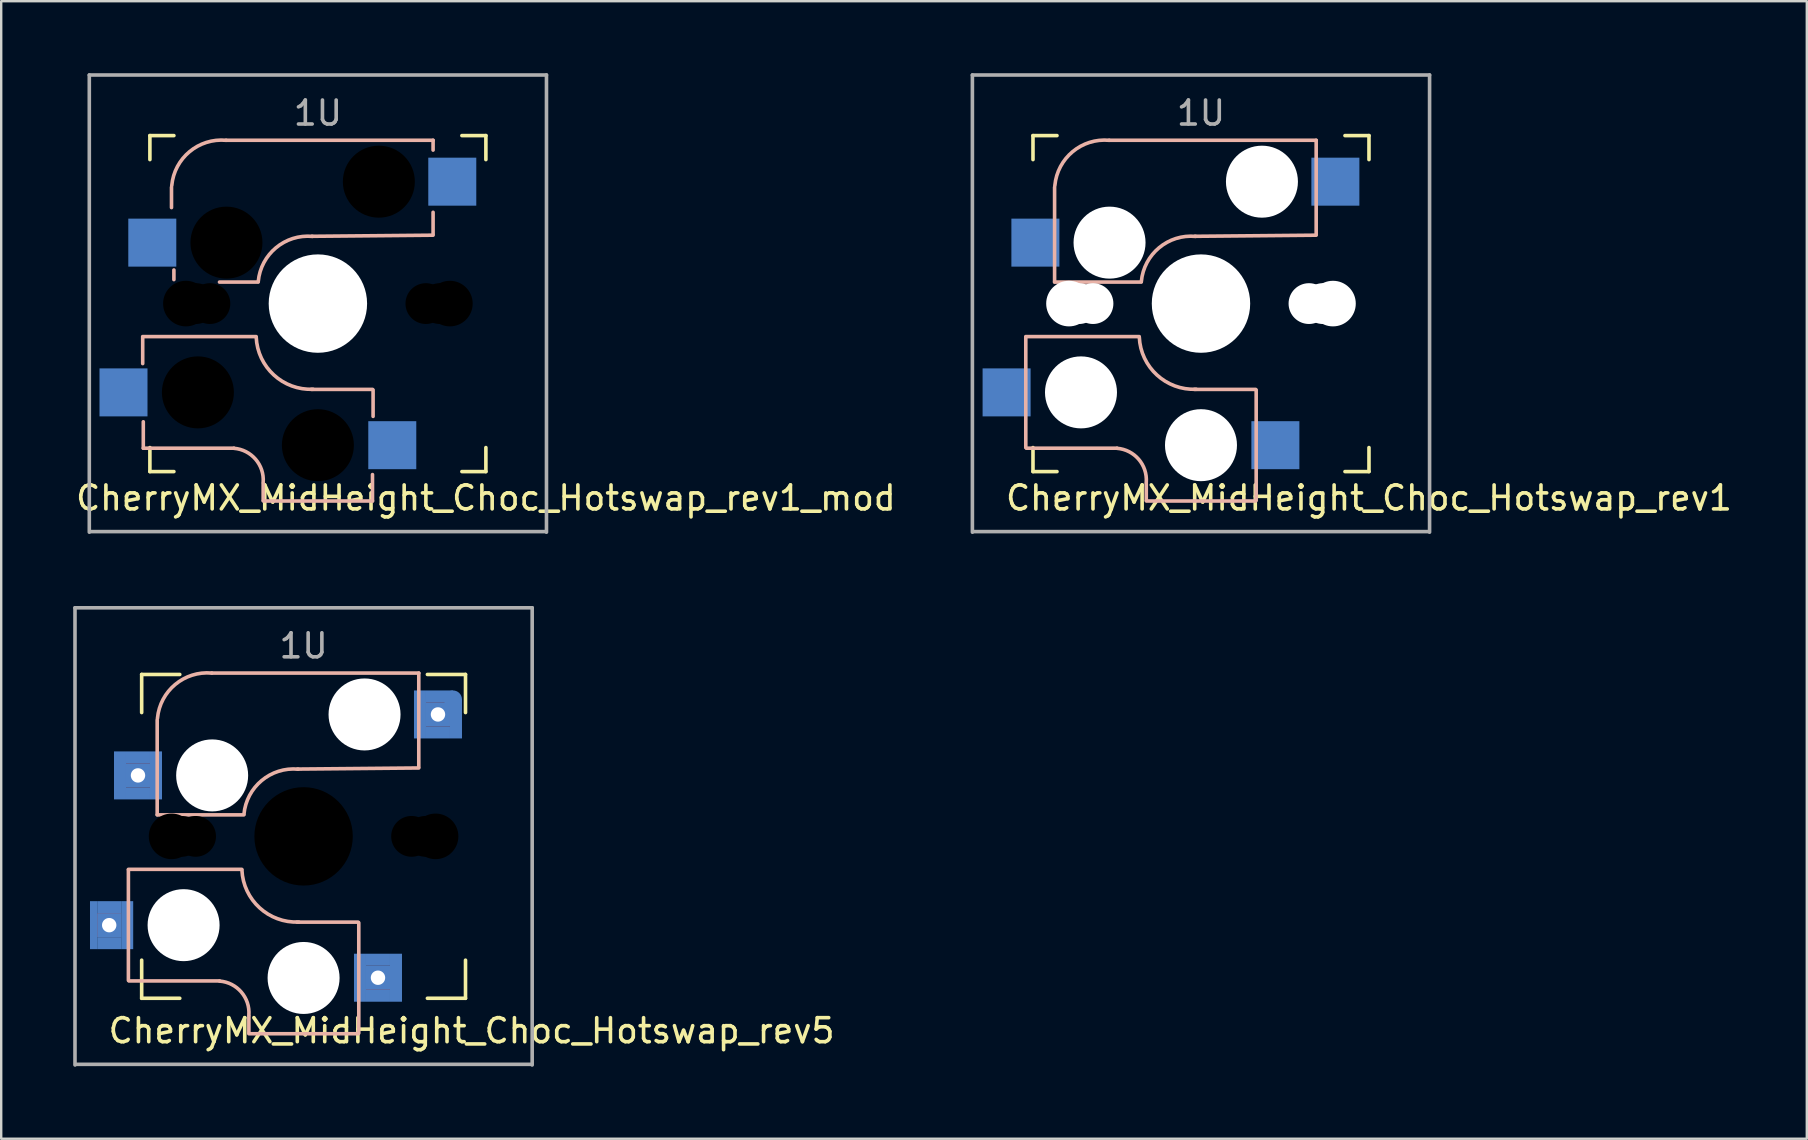
<source format=kicad_pcb>
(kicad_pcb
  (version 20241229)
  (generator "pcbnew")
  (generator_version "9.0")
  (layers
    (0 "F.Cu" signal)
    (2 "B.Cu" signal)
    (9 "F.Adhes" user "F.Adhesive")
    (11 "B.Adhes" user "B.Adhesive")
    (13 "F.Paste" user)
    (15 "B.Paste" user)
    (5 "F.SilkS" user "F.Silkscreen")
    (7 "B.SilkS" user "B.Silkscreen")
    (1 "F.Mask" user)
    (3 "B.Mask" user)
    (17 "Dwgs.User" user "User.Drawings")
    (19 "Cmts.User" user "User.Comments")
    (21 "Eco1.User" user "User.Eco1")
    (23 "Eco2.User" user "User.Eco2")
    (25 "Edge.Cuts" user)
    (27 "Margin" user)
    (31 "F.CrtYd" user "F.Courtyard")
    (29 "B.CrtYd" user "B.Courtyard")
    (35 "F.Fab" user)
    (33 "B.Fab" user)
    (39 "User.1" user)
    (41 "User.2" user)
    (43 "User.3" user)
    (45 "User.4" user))
  (footprint "CherryMX_MidHeight_Choc_Hotswap_rev1"
    (layer "F.Cu")
    (at 46.993 9.6)
    (property "Reference" "CherryMX_MidHeight_Choc_Hotswap_rev1" (at 7 8.1 0) (layer "F.SilkS") (effects (font (size 1 1) (thickness 0.15))))
    (attr through_hole)
    (fp_line (start -7 -7) (end -7 -6) (stroke (width 0.15) (type solid)) (layer "F.SilkS"))
    (fp_line (start -7 -7) (end -6 -7) (stroke (width 0.15) (type solid)) (layer "F.SilkS"))
    (fp_line (start -7 6) (end -7 7) (stroke (width 0.15) (type solid)) (layer "F.SilkS"))
    (fp_line (start -7 7) (end -6 7) (stroke (width 0.15) (type solid)) (layer "F.SilkS"))
    (fp_line (start 6 -7) (end 7 -7) (stroke (width 0.15) (type solid)) (layer "F.SilkS"))
    (fp_line (start 6 7) (end 7 7) (stroke (width 0.15) (type solid)) (layer "F.SilkS"))
    (fp_line (start 7 -7) (end 7 -6) (stroke (width 0.15) (type solid)) (layer "F.SilkS"))
    (fp_line (start 7 7) (end 7 6) (stroke (width 0.15) (type solid)) (layer "F.SilkS"))
    (fp_line (start -7.3 1.4) (end -7.3 6) (stroke (width 0.15) (type solid)) (layer "B.SilkS"))
    (fp_line (start -6.1 -4.85) (end -6.1 -0.905) (stroke (width 0.15) (type solid)) (layer "B.SilkS"))
    (fp_line (start -6.1 -0.896) (end -2.49 -0.896) (stroke (width 0.15) (type solid)) (layer "B.SilkS"))
    (fp_line (start -3.5 6.025) (end -7.275 6.025) (stroke (width 0.15) (type solid)) (layer "B.SilkS"))
    (fp_line (start -2.575 1.375) (end -7.3 1.375) (stroke (width 0.15) (type solid)) (layer "B.SilkS"))
    (fp_line (start -2.28 7.5) (end -2.28 8.2) (stroke (width 0.15) (type solid)) (layer "B.SilkS"))
    (fp_line (start 2.275 3.575) (end -0.275 3.575) (stroke (width 0.15) (type solid)) (layer "B.SilkS"))
    (fp_line (start 2.275 8.225) (end -2.275 8.225) (stroke (width 0.15) (type solid)) (layer "B.SilkS"))
    (fp_line (start 2.3 3.6) (end 2.3 8.2) (stroke (width 0.15) (type solid)) (layer "B.SilkS"))
    (fp_line (start 4.8 -6.804) (end -3.825 -6.804) (stroke (width 0.15) (type solid)) (layer "B.SilkS"))
    (fp_line (start 4.8 -2.896) (end 4.8 -6.804) (stroke (width 0.15) (type solid)) (layer "B.SilkS"))
    (fp_line (start 4.8 -2.85) (end -0.25 -2.804) (stroke (width 0.15) (type solid)) (layer "B.SilkS"))
    (fp_arc (start -6.089 -4.92) (mid -5.347189 -6.33089) (end -3.825 -6.804) (stroke (width 0.15) (type solid)) (layer "B.SilkS"))
    (fp_arc (start -3.5 6.03) (mid -2.595908 6.48733) (end -2.28 7.45) (stroke (width 0.15) (type solid)) (layer "B.SilkS"))
    (fp_arc (start -2.485 -0.92) (mid -1.744361 -2.328061) (end -0.225 -2.8) (stroke (width 0.15) (type solid)) (layer "B.SilkS"))
    (fp_arc (start -0.2 3.57) (mid -1.834422 2.975843) (end -2.57 1.4) (stroke (width 0.15) (type solid)) (layer "B.SilkS"))
    (fp_line (start -9.525 -9.525) (end 9.525 -9.525) (stroke (width 0.15) (type solid)) (layer "F.Fab"))
    (fp_line (start -9.525 9.525) (end -9.525 -9.525) (stroke (width 0.15) (type solid)) (layer "F.Fab"))
    (fp_line (start 9.5 9.5) (end -9.5 9.5) (stroke (width 0.15) (type solid)) (layer "F.Fab"))
    (fp_line (start 9.525 -9.525) (end 9.525 9.525) (stroke (width 0.15) (type solid)) (layer "F.Fab"))
    (fp_text user "1U" (at 0 -7.938 0) (layer "F.Fab") (effects (font (size 1 1) (thickness 0.15))))
    (pad "" np_thru_hole circle (at -5.5 0 90) (size 1.9 1.9) (drill 1.9) (layers "*.Cu" "*.Mask"))
    (pad "" np_thru_hole circle (at -5.08 0) (size 1.7 1.7) (drill 1.7) (layers "*.Cu" "*.Mask"))
    (pad "" np_thru_hole circle (at -5 3.7 90) (size 3 3) (drill 3) (layers "*.Cu" "*.Mask"))
    (pad "" np_thru_hole circle (at -4.5 0) (size 1.7 1.7) (drill 1.7) (layers "*.Cu" "*.Mask"))
    (pad "" np_thru_hole circle (at -3.81 -2.54 180) (size 3 3) (drill 3) (layers "*.Cu" "*.Mask"))
    (pad "" np_thru_hole circle (at 0 0 90) (size 4.1 4.1) (drill 4.1) (layers "*.Cu" "*.Mask"))
    (pad "" np_thru_hole circle (at 0 5.9 90) (size 3 3) (drill 3) (layers "*.Cu" "*.Mask"))
    (pad "" np_thru_hole circle (at 2.54 -5.08 180) (size 3 3) (drill 3) (layers "*.Cu" "*.Mask"))
    (pad "" np_thru_hole circle (at 4.5 0) (size 1.7 1.7) (drill 1.7) (layers "*.Cu" "*.Mask"))
    (pad "" np_thru_hole circle (at 5.08 0) (size 1.7 1.7) (drill 1.7) (layers "*.Cu" "*.Mask"))
    (pad "" np_thru_hole circle (at 5.5 0 90) (size 1.9 1.9) (drill 1.9) (layers "*.Cu" "*.Mask"))
    (pad "1" smd rect (at -8.1 3.7 180) (size 2 2) (layers "B.Cu" "B.Mask" "B.Paste"))
    (pad "1" smd rect (at -6.9 -2.54 180) (size 2 2) (layers "B.Cu" "B.Mask" "B.Paste"))
    (pad "2" smd rect (at 3.1 5.9 180) (size 2 2) (layers "B.Cu" "B.Mask" "B.Paste"))
    (pad "2" smd rect (at 5.6 -5.08 180) (size 2 2) (layers "B.Cu" "B.Mask" "B.Paste")))
  (footprint "CherryMX_MidHeight_Choc_Hotswap_rev5"
    (layer "F.Cu")
    (at 9.6 31.8)
    (property "Reference" "CherryMX_MidHeight_Choc_Hotswap_rev5" (at 7 8.1 0) (layer "F.SilkS") (effects (font (size 1 1) (thickness 0.15))))
    (attr smd)
    (fp_line (start -6.747 -6.747) (end -5.159 -6.747) (stroke (width 0.15) (type solid)) (layer "F.SilkS"))
    (fp_line (start -6.747 -5.159) (end -6.747 -6.747) (stroke (width 0.15) (type solid)) (layer "F.SilkS"))
    (fp_line (start -6.747 6.747) (end -6.747 5.159) (stroke (width 0.15) (type solid)) (layer "F.SilkS"))
    (fp_line (start -5.159 6.747) (end -6.747 6.747) (stroke (width 0.15) (type solid)) (layer "F.SilkS"))
    (fp_line (start 5.159 -6.747) (end 6.747 -6.747) (stroke (width 0.15) (type solid)) (layer "F.SilkS"))
    (fp_line (start 6.747 -6.747) (end 6.747 -5.159) (stroke (width 0.15) (type solid)) (layer "F.SilkS"))
    (fp_line (start 6.747 5.159) (end 6.747 6.747) (stroke (width 0.15) (type solid)) (layer "F.SilkS"))
    (fp_line (start 6.747 6.747) (end 5.159 6.747) (stroke (width 0.15) (type solid)) (layer "F.SilkS"))
    (fp_line (start -7.3 1.4) (end -7.3 6) (stroke (width 0.15) (type solid)) (layer "B.SilkS"))
    (fp_line (start -6.1 -4.85) (end -6.1 -0.905) (stroke (width 0.15) (type solid)) (layer "B.SilkS"))
    (fp_line (start -6.1 -0.896) (end -2.49 -0.896) (stroke (width 0.15) (type solid)) (layer "B.SilkS"))
    (fp_line (start -3.5 6.025) (end -7.275 6.025) (stroke (width 0.15) (type solid)) (layer "B.SilkS"))
    (fp_line (start -2.575 1.375) (end -7.3 1.375) (stroke (width 0.15) (type solid)) (layer "B.SilkS"))
    (fp_line (start -2.28 7.5) (end -2.28 8.2) (stroke (width 0.15) (type solid)) (layer "B.SilkS"))
    (fp_line (start 2.275 3.575) (end -0.275 3.575) (stroke (width 0.15) (type solid)) (layer "B.SilkS"))
    (fp_line (start 2.275 8.225) (end -2.275 8.225) (stroke (width 0.15) (type solid)) (layer "B.SilkS"))
    (fp_line (start 2.3 3.6) (end 2.3 8.2) (stroke (width 0.15) (type solid)) (layer "B.SilkS"))
    (fp_line (start 4.8 -6.804) (end -3.825 -6.804) (stroke (width 0.15) (type solid)) (layer "B.SilkS"))
    (fp_line (start 4.8 -2.896) (end 4.8 -6.804) (stroke (width 0.15) (type solid)) (layer "B.SilkS"))
    (fp_line (start 4.8 -2.85) (end -0.25 -2.804) (stroke (width 0.15) (type solid)) (layer "B.SilkS"))
    (fp_arc (start -6.089 -4.92) (mid -5.347189 -6.33089) (end -3.825 -6.804) (stroke (width 0.15) (type solid)) (layer "B.SilkS"))
    (fp_arc (start -3.5 6.03) (mid -2.595908 6.48733) (end -2.28 7.45) (stroke (width 0.15) (type solid)) (layer "B.SilkS"))
    (fp_arc (start -2.485 -0.92) (mid -1.744361 -2.328061) (end -0.225 -2.8) (stroke (width 0.15) (type solid)) (layer "B.SilkS"))
    (fp_arc (start -0.2 3.57) (mid -1.834422 2.975843) (end -2.57 1.4) (stroke (width 0.15) (type solid)) (layer "B.SilkS"))
    (fp_line (start -9.525 -9.525) (end 9.525 -9.525) (stroke (width 0.15) (type solid)) (layer "F.Fab"))
    (fp_line (start -9.525 9.525) (end -9.525 -9.525) (stroke (width 0.15) (type solid)) (layer "F.Fab"))
    (fp_line (start 9.5 9.5) (end -9.5 9.5) (stroke (width 0.15) (type solid)) (layer "F.Fab"))
    (fp_line (start 9.525 -9.525) (end 9.525 9.525) (stroke (width 0.15) (type solid)) (layer "F.Fab"))
    (fp_text user "1U" (at 0 -7.938 0) (layer "F.Fab") (effects (font (size 1 1) (thickness 0.15))))
    (pad "" np_thru_hole circle (at -5.5 0 90) (size 1.9 1.9) (drill 1.9) (layers "*.Mask"))
    (pad "" np_thru_hole circle (at -5.08 0) (size 1.7 1.7) (drill 1.7) (layers "*.Mask"))
    (pad "" np_thru_hole circle (at -5 3.7 90) (size 3 3) (drill 3) (layers "*.Cu" "*.Mask"))
    (pad "" np_thru_hole circle (at -4.5 0) (size 1.7 1.7) (drill 1.7) (layers "*.Mask"))
    (pad "" np_thru_hole circle (at -3.81 -2.54 180) (size 3 3) (drill 3) (layers "*.Cu" "*.Mask"))
    (pad "" np_thru_hole circle (at 0 0 90) (size 4.1 4.1) (drill 4.1) (layers "*.Mask"))
    (pad "" np_thru_hole circle (at 0 5.9 90) (size 3 3) (drill 3) (layers "*.Cu" "*.Mask"))
    (pad "" np_thru_hole circle (at 2.54 -5.08 180) (size 3 3) (drill 3) (layers "*.Cu" "*.Mask"))
    (pad "" np_thru_hole circle (at 4.5 0) (size 1.7 1.7) (drill 1.7) (layers "*.Mask"))
    (pad "" np_thru_hole circle (at 5.08 0) (size 1.7 1.7) (drill 1.7) (layers "*.Mask"))
    (pad "" np_thru_hole circle (at 5.5 0 90) (size 1.9 1.9) (drill 1.9) (layers "*.Mask"))
    (pad "1" smd rect (at -8.75 3.7 180) (size 0.3 2) (layers "B.Cu" "B.Mask" "B.Paste"))
    (pad "1" smd rect (at -8.1 2.95 180) (size 1 0.5) (layers "B.Cu" "B.Mask" "B.Paste"))
    (pad "1" thru_hole rect (at -8.1 3.7) (size 1 1) (drill 0.6) (layers "*.Cu" "B.Mask"))
    (pad "1" smd rect (at -8.1 4.45 180) (size 1 0.5) (layers "B.Cu" "B.Mask" "B.Paste"))
    (pad "1" smd rect (at -7.65 -2.54 180) (size 0.5 2) (layers "B.Cu" "B.Mask" "B.Paste"))
    (pad "1" smd rect (at -7.35 3.7 180) (size 0.5 2) (layers "B.Cu" "B.Mask" "B.Paste"))
    (pad "1" smd rect (at -6.9 -3.29 180) (size 1 0.5) (layers "B.Cu" "B.Mask" "B.Paste"))
    (pad "1" thru_hole rect (at -6.9 -2.54) (size 1 1) (drill 0.6) (layers "*.Cu" "B.Mask"))
    (pad "1" smd rect (at -6.9 -1.79 180) (size 1 0.5) (layers "B.Cu" "B.Mask" "B.Paste"))
    (pad "1" smd rect (at -6.15 -2.54 180) (size 0.5 2) (layers "B.Cu" "B.Mask" "B.Paste"))
    (pad "2" smd rect (at 2.35 5.89 180) (size 0.5 2) (layers "B.Cu" "B.Mask" "B.Paste"))
    (pad "2" smd rect (at 3.1 5.14 180) (size 1 0.5) (layers "B.Cu" "B.Mask" "B.Paste"))
    (pad "2" thru_hole rect (at 3.1 5.89) (size 1 1) (drill 0.6) (layers "*.Cu" "B.Mask"))
    (pad "2" smd rect (at 3.1 6.64 180) (size 1 0.5) (layers "B.Cu" "B.Mask" "B.Paste"))
    (pad "2" smd rect (at 3.85 5.89 180) (size 0.5 2) (layers "B.Cu" "B.Mask" "B.Paste"))
    (pad "2" smd rect (at 4.85 -5.08 180) (size 0.5 2) (layers "B.Cu" "B.Mask" "B.Paste"))
    (pad "2" thru_hole rect (at 5.6 -5.08) (size 1 1) (drill 0.6) (layers "*.Cu" "B.Mask"))
    (pad "2" smd rect (at 5.6 -4.33 180) (size 1 0.5) (layers "B.Cu" "B.Mask" "B.Paste"))
    (pad "2" smd rect (at 5.661 -5.83 180) (size 1.125 0.5) (layers "B.Cu" "B.Mask" "B.Paste"))
    (pad "2" smd circle (at 6.225 -5.705 180) (size 0.75 0.75) (layers "B.Cu" "B.Mask" "B.Paste"))
    (pad "2" smd rect (at 6.35 -4.893 180) (size 0.5 1.625) (layers "B.Cu" "B.Mask" "B.Paste")))
  (footprint "CherryMX_MidHeight_Choc_Hotswap_rev1_mod"
    (layer "F.Cu")
    (at 10.196 9.6)
    (property "Reference" "CherryMX_MidHeight_Choc_Hotswap_rev1_mod" (at 7 8.1 0) (layer "F.SilkS") (effects (font (size 1 1) (thickness 0.15))))
    (attr smd)
    (fp_line (start -7 -7) (end -7 -6) (stroke (width 0.15) (type solid)) (layer "F.SilkS"))
    (fp_line (start -7 -7) (end -6 -7) (stroke (width 0.15) (type solid)) (layer "F.SilkS"))
    (fp_line (start -7 6) (end -7 7) (stroke (width 0.15) (type solid)) (layer "F.SilkS"))
    (fp_line (start -7 7) (end -6 7) (stroke (width 0.15) (type solid)) (layer "F.SilkS"))
    (fp_line (start 6 -7) (end 7 -7) (stroke (width 0.15) (type solid)) (layer "F.SilkS"))
    (fp_line (start 6 7) (end 7 7) (stroke (width 0.15) (type solid)) (layer "F.SilkS"))
    (fp_line (start 7 -7) (end 7 -6) (stroke (width 0.15) (type solid)) (layer "F.SilkS"))
    (fp_line (start 7 7) (end 7 6) (stroke (width 0.15) (type solid)) (layer "F.SilkS"))
    (fp_line (start -7.3 1.4) (end -7.3 2.5) (stroke (width 0.15) (type solid)) (layer "B.SilkS"))
    (fp_line (start -7.275 4.925) (end -7.275 6.025) (stroke (width 0.15) (type solid)) (layer "B.SilkS"))
    (fp_line (start -6.1 -4.85) (end -6.1 -4) (stroke (width 0.15) (type solid)) (layer "B.SilkS"))
    (fp_line (start -6 -1.4) (end -6 -1) (stroke (width 0.15) (type solid)) (layer "B.SilkS"))
    (fp_line (start -4.1 -0.896) (end -2.49 -0.896) (stroke (width 0.15) (type solid)) (layer "B.SilkS"))
    (fp_line (start -3.5 6.025) (end -7.275 6.025) (stroke (width 0.15) (type solid)) (layer "B.SilkS"))
    (fp_line (start -2.575 1.375) (end -7.3 1.375) (stroke (width 0.15) (type solid)) (layer "B.SilkS"))
    (fp_line (start -2.28 7.5) (end -2.28 8.2) (stroke (width 0.15) (type solid)) (layer "B.SilkS"))
    (fp_line (start 2.275 3.575) (end -0.275 3.575) (stroke (width 0.15) (type solid)) (layer "B.SilkS"))
    (fp_line (start 2.275 7.125) (end 2.275 8.225) (stroke (width 0.15) (type solid)) (layer "B.SilkS"))
    (fp_line (start 2.275 8.225) (end -2.275 8.225) (stroke (width 0.15) (type solid)) (layer "B.SilkS"))
    (fp_line (start 2.3 3.6) (end 2.3 4.7) (stroke (width 0.15) (type solid)) (layer "B.SilkS"))
    (fp_line (start 4.8 -6.804) (end -3.825 -6.804) (stroke (width 0.15) (type solid)) (layer "B.SilkS"))
    (fp_line (start 4.8 -6.396) (end 4.8 -6.804) (stroke (width 0.15) (type solid)) (layer "B.SilkS"))
    (fp_line (start 4.8 -2.896) (end 4.8 -3.804) (stroke (width 0.15) (type solid)) (layer "B.SilkS"))
    (fp_line (start 4.8 -2.85) (end -0.25 -2.804) (stroke (width 0.15) (type solid)) (layer "B.SilkS"))
    (fp_arc (start -6.089 -4.92) (mid -5.347189 -6.33089) (end -3.825 -6.804) (stroke (width 0.15) (type solid)) (layer "B.SilkS"))
    (fp_arc (start -3.5 6.03) (mid -2.595908 6.48733) (end -2.28 7.45) (stroke (width 0.15) (type solid)) (layer "B.SilkS"))
    (fp_arc (start -2.485 -0.92) (mid -1.744361 -2.328061) (end -0.225 -2.8) (stroke (width 0.15) (type solid)) (layer "B.SilkS"))
    (fp_arc (start -0.2 3.57) (mid -1.834422 2.975843) (end -2.57 1.4) (stroke (width 0.15) (type solid)) (layer "B.SilkS"))
    (fp_line (start -9.525 -9.525) (end 9.525 -9.525) (stroke (width 0.15) (type solid)) (layer "F.Fab"))
    (fp_line (start -9.525 9.525) (end -9.525 -9.525) (stroke (width 0.15) (type solid)) (layer "F.Fab"))
    (fp_line (start 9.5 9.5) (end -9.5 9.5) (stroke (width 0.15) (type solid)) (layer "F.Fab"))
    (fp_line (start 9.525 -9.525) (end 9.525 9.525) (stroke (width 0.15) (type solid)) (layer "F.Fab"))
    (fp_text user "1U" (at 0 -7.938 0) (layer "F.Fab") (effects (font (size 1 1) (thickness 0.15))))
    (pad "" np_thru_hole circle (at -5.5 0 90) (size 1.9 1.9) (drill 1.9) (layers "*.Mask"))
    (pad "" np_thru_hole circle (at -5.08 0) (size 1.7 1.7) (drill 1.7) (layers "*.Mask"))
    (pad "" np_thru_hole circle (at -5 3.7 90) (size 3 3) (drill 3) (layers "*.Mask"))
    (pad "" np_thru_hole circle (at -4.5 0) (size 1.7 1.7) (drill 1.7) (layers "*.Mask"))
    (pad "" np_thru_hole circle (at -3.81 -2.54 180) (size 3 3) (drill 3) (layers "*.Mask"))
    (pad "" np_thru_hole circle (at 0 0 90) (size 4.1 4.1) (drill 4.1) (layers "*.Cu" "*.Mask"))
    (pad "" np_thru_hole circle (at 0 5.9 90) (size 3 3) (drill 3) (layers "*.Mask"))
    (pad "" np_thru_hole circle (at 2.54 -5.08 180) (size 3 3) (drill 3) (layers "*.Mask"))
    (pad "" np_thru_hole circle (at 4.5 0) (size 1.7 1.7) (drill 1.7) (layers "*.Mask"))
    (pad "" np_thru_hole circle (at 5.08 0) (size 1.7 1.7) (drill 1.7) (layers "*.Mask"))
    (pad "" np_thru_hole circle (at 5.5 0 90) (size 1.9 1.9) (drill 1.9) (layers "*.Mask"))
    (pad "1" smd rect (at -8.1 3.7 180) (size 2 2) (layers "B.Cu" "B.Mask" "B.Paste"))
    (pad "1" smd rect (at -6.9 -2.54 180) (size 2 2) (layers "B.Cu" "B.Mask" "B.Paste"))
    (pad "2" smd rect (at 3.1 5.9 180) (size 2 2) (layers "B.Cu" "B.Mask" "B.Paste"))
    (pad "2" smd rect (at 5.6 -5.08 180) (size 2 2) (layers "B.Cu" "B.Mask" "B.Paste")))
  (gr_rect
    (start -3 -3)
    (end 72.237 44.4)
    (stroke (width 0.1) (type default))
    (fill no)
    (layer "Edge.Cuts")))
</source>
